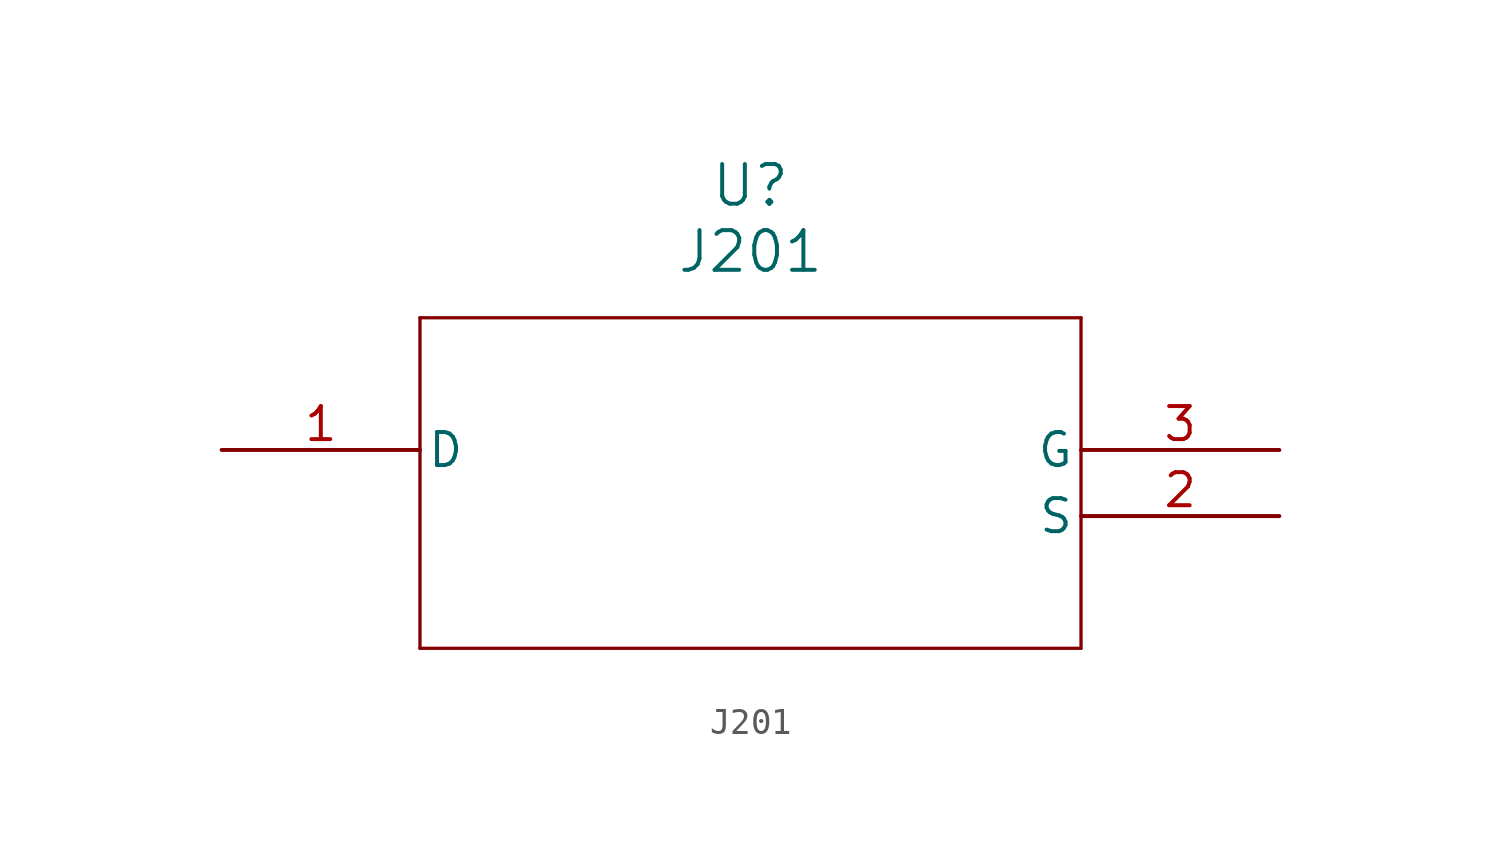
<source format=kicad_sym>
(kicad_symbol_lib
  (version 20231120)
  (generator "kicad_symbol_editor")
  (generator_version "8.0")
  (symbol "J201"
    (pin_names
      (offset 0.254))
    (property "Reference" "U"
      (at 20.32 10.16 0)
      (effects (font (size 1.524 1.524))))
    (property "Value" "J201"
      (at 20.32 7.62 0)
      (effects (font (size 1.524 1.524))))
    (property "ki_locked" ""
      (at 0 0 0)
      (effects (font (size 1.27 1.27))))
    (symbol "J201_0_1"
      (polyline (pts (xy 7.62 -7.62) (xy 33.02 -7.62)) (stroke (width 0.127) (type default)) (fill (type none)))
      (polyline (pts (xy 7.62 5.08) (xy 7.62 -7.62)) (stroke (width 0.127) (type default)) (fill (type none)))
      (polyline (pts (xy 33.02 -7.62) (xy 33.02 5.08)) (stroke (width 0.127) (type default)) (fill (type none)))
      (polyline (pts (xy 33.02 5.08) (xy 7.62 5.08)) (stroke (width 0.127) (type default)) (fill (type none)))
      (pin unspecified line (at 0 0 0) (length 7.62) (name "D" (effects (font (size 1.27 1.27)))) (number "1" (effects (font (size 1.27 1.27)))))
      (pin unspecified line (at 40.64 -2.54 180) (length 7.62) (name "S" (effects (font (size 1.27 1.27)))) (number "2" (effects (font (size 1.27 1.27)))))
      (pin unspecified line (at 40.64 0 180) (length 7.62) (name "G" (effects (font (size 1.27 1.27)))) (number "3" (effects (font (size 1.27 1.27))))))))
</source>
